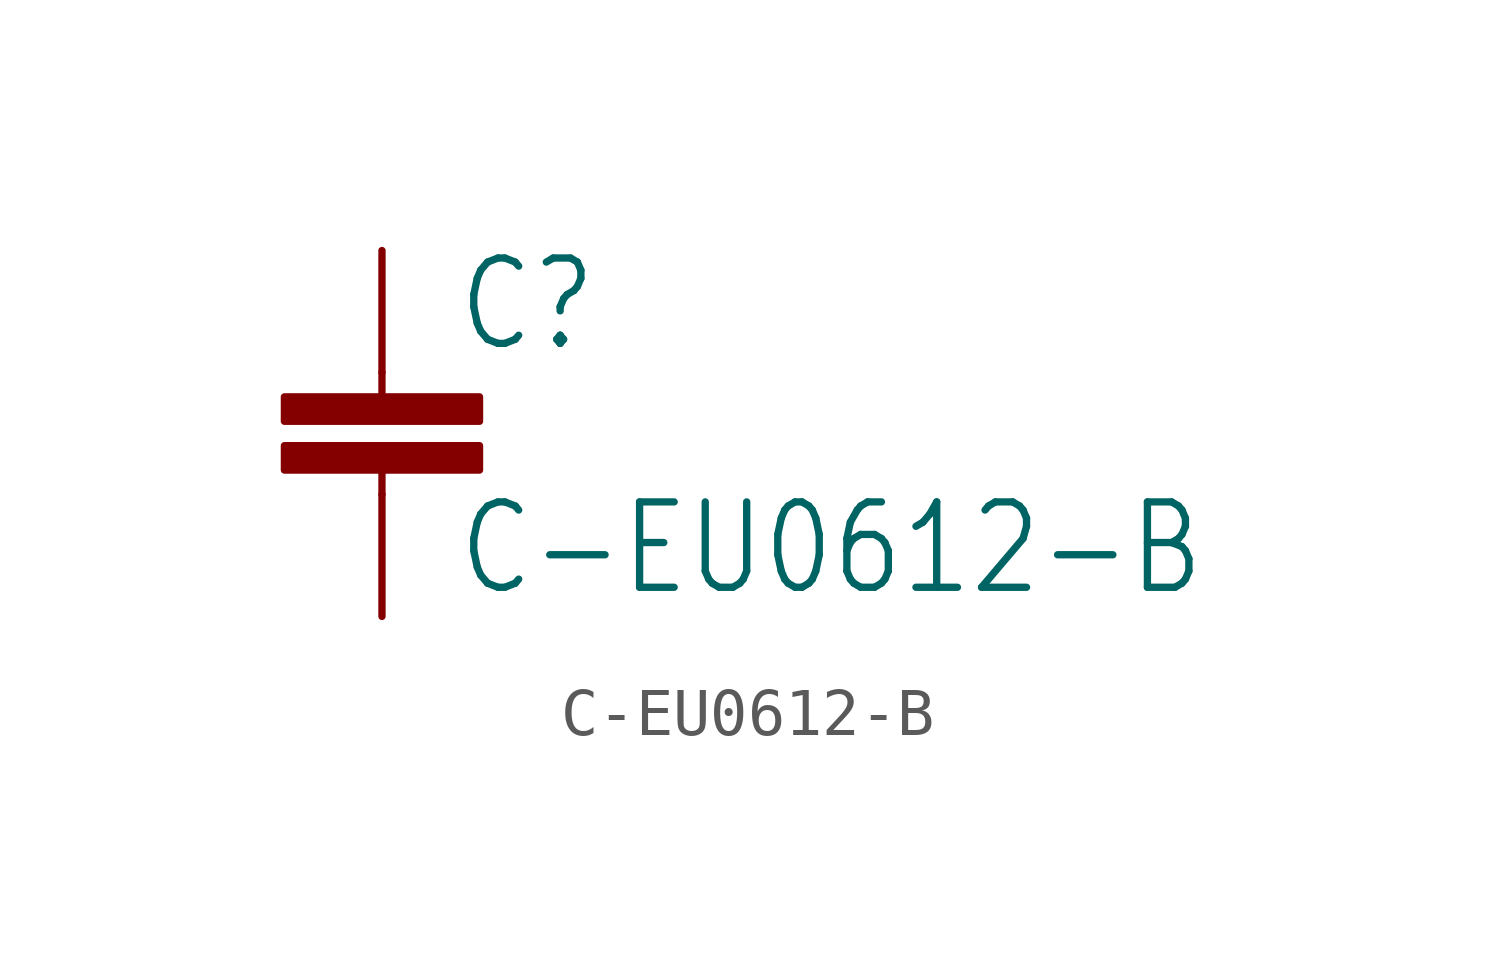
<source format=kicad_sym>
(kicad_symbol_lib
  (version 20211014)
  (generator kicad_symbol_editor)
  (symbol "C-EU0612-B"
    (property "Reference" "C"
      (at 1.524 0.381 0)
      (effects (font (size 1.778 1.511)) (justify left bottom)))
    (property "Value" "C-EU0612-B"
      (at 1.524 -4.699 0)
      (effects (font (size 1.778 1.511)) (justify left bottom)))
    (property "ki_locked" ""
      (at 0 0 0)
      (effects (font (size 1.27 1.27))))
    (symbol "C-EU0612-B_1_0"
      (rectangle (start -2.032 -2.032) (end 2.032 -1.524) (stroke (width 0) (type default)) (fill (type outline)))
      (rectangle (start -2.032 -1.016) (end 2.032 -0.508) (stroke (width 0) (type default)) (fill (type outline)))
      (polyline (pts (xy 0 -2.54) (xy 0 -2.032)) (stroke (width 0.152) (type default)) (fill (type none)))
      (polyline (pts (xy 0 0) (xy 0 -0.508)) (stroke (width 0.152) (type default)) (fill (type none)))
      (pin passive line (at 0 2.54 270) (length 2.54) (name "1" (effects (font (size 0 0)))) (number "1" (effects (font (size 0 0)))))
      (pin passive line (at 0 -5.08 90) (length 2.54) (name "2" (effects (font (size 0 0)))) (number "2" (effects (font (size 0 0))))))))
</source>
